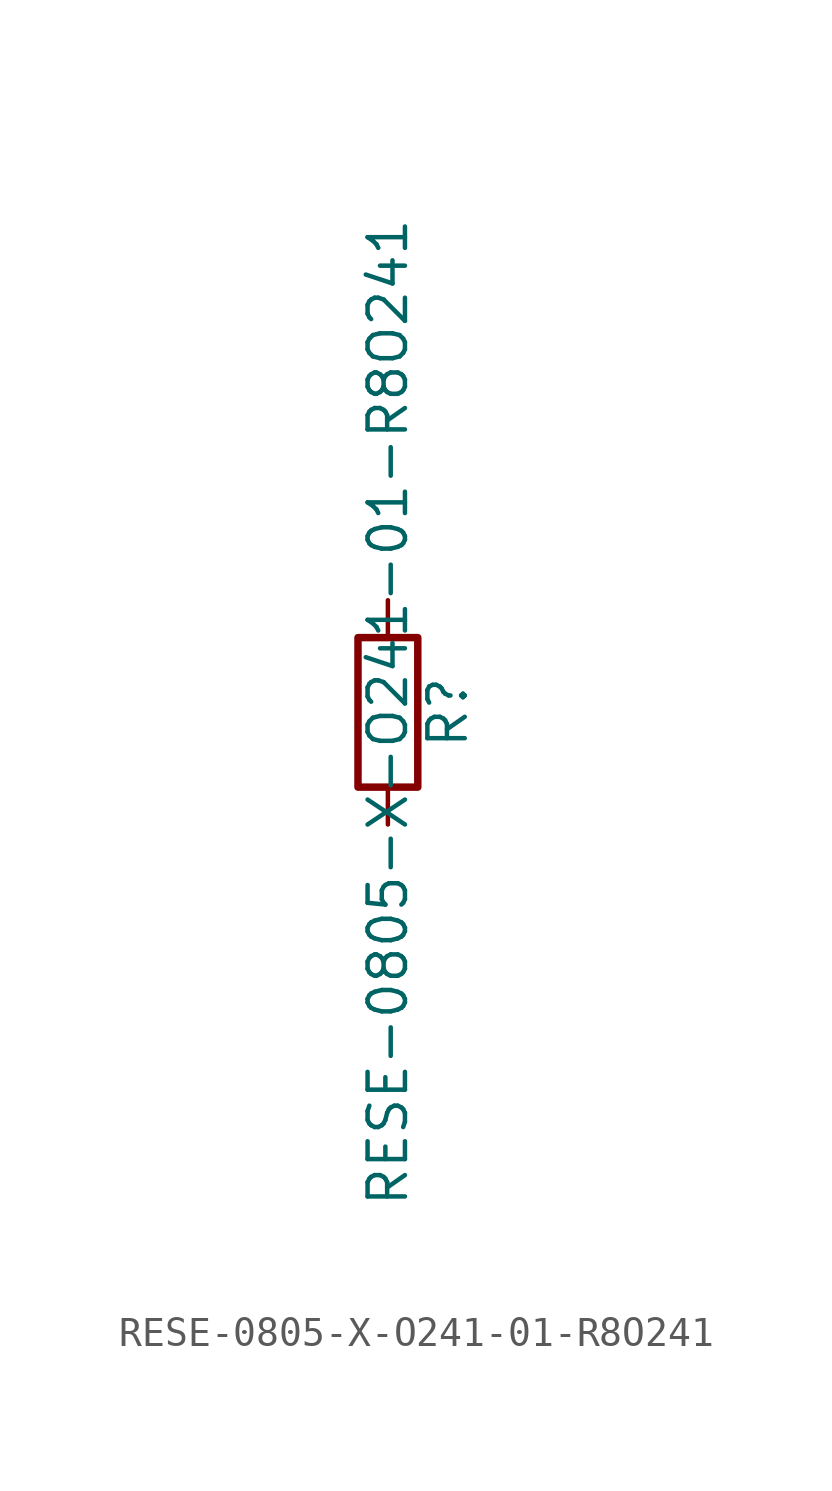
<source format=kicad_sym>
(kicad_symbol_lib
  (version 20211014)
  (generator kicad_symbol_editor)
  (symbol "RESE-0805-X-O241-01-R8O241"
    (pin_numbers hide)
    (pin_names
      (offset 0))
    (property "Reference" "R"
      (at 2.032 0 90)
      (effects (font (size 1.27 1.27))))
    (property "Value" "RESE-0805-X-O241-01-R8O241"
      (at 0 0 90)
      (effects (font (size 1.27 1.27))))
    (symbol "RESE-0805-X-O241-01-R8O241_0_1"
      (rectangle (start -1.016 -2.54) (end 1.016 2.54) (stroke (width 0.254) (type default) (color 0 0 0 0)) (fill (type none))))
    (symbol "RESE-0805-X-O241-01-R8O241_1_1"
      (pin passive line (at 0 3.81 270) (length 1.27) (name "~" (effects (font (size 1.27 1.27)))) (number "1" (effects (font (size 1.27 1.27)))))
      (pin passive line (at 0 -3.81 90) (length 1.27) (name "~" (effects (font (size 1.27 1.27)))) (number "2" (effects (font (size 1.27 1.27))))))))
</source>
